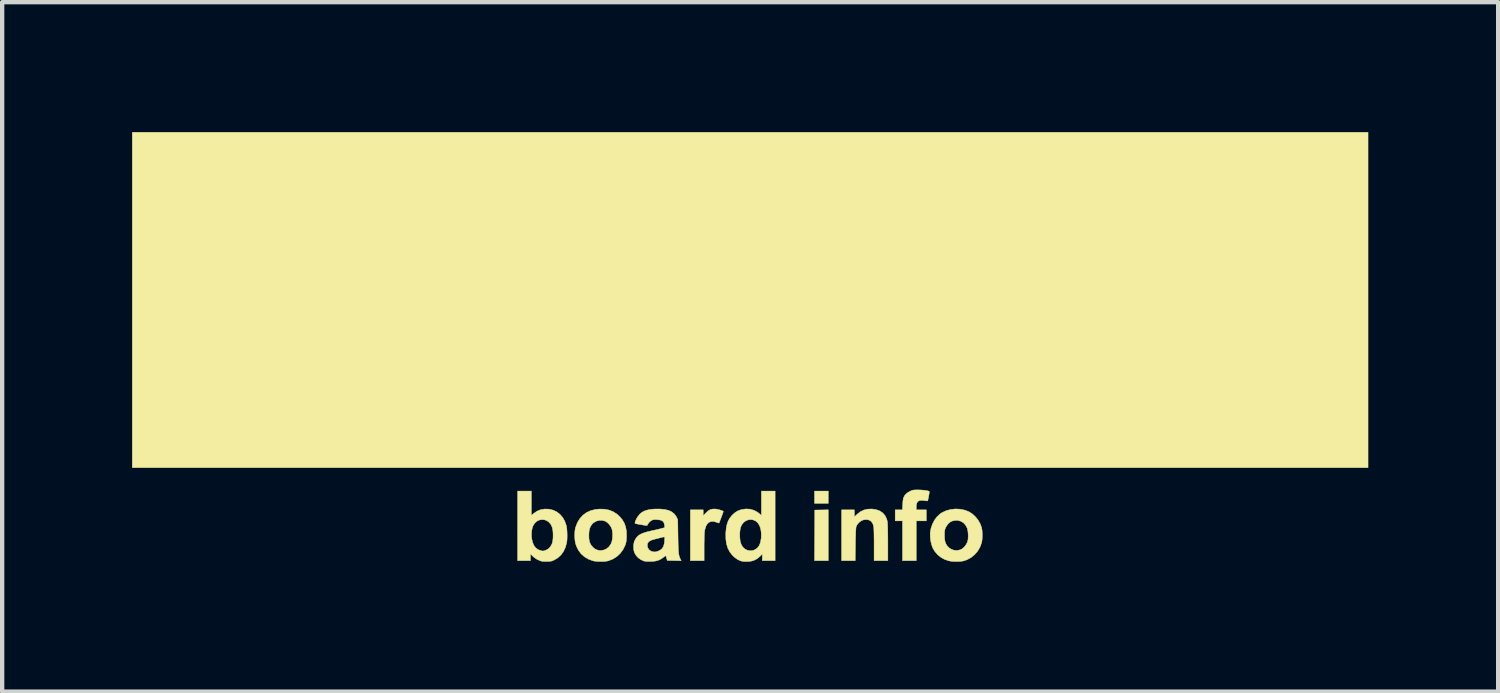
<source format=kicad_pcb>
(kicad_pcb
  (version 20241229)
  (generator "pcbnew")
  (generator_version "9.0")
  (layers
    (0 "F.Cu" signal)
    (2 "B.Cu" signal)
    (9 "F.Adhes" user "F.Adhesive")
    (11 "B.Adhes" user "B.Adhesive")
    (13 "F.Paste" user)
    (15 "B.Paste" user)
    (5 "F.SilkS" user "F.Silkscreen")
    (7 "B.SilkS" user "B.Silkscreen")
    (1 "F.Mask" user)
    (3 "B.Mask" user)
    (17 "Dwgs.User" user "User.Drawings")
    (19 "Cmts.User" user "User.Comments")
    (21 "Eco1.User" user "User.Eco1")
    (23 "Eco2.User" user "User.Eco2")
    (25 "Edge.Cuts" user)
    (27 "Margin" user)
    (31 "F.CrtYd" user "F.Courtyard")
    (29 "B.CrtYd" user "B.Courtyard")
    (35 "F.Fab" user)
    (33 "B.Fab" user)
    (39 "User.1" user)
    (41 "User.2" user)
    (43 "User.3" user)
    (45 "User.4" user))
  (footprint "board_info_block"
    (layer "F.Cu")
    (at 14.271 4.958)
    (property "Reference" "board_info_block" (at 0 0 0) (layer "F.SilkS") (effects (font (size 1.27 1.27) (thickness 0.15))))
    (attr through_hole board_only exclude_from_pos_files exclude_from_bom)
    (fp_poly (pts (xy 1.81 3.619) (xy 1.492 3.619) (xy 1.492 3.334) (xy 1.81 3.334) (xy 1.81 3.619)) (stroke (width 0.01) (type solid)) (fill yes) (layer "F.SilkS"))
    (fp_poly (pts (xy 14.277 2.794) (xy -14.266 2.794) (xy -14.266 -4.953) (xy 14.277 -4.953) (xy 14.277 2.794)) (stroke (width 0.01) (type solid)) (fill yes) (layer "F.SilkS"))
    (fp_poly (pts (xy 1.81 4.942) (xy 1.492 4.942) (xy 1.495 4.358) (xy 1.498 3.773) (xy 1.81 3.767) (xy 1.81 4.942)) (stroke (width 0.01) (type solid)) (fill yes) (layer "F.SilkS"))
    (fp_poly (pts (xy -0.796 3.749) (xy -0.763 3.753) (xy -0.724 3.762) (xy -0.684 3.773) (xy -0.649 3.785) (xy -0.624 3.796) (xy -0.614 3.805) (xy -0.614 3.805) (xy -0.617 3.817) (xy -0.627 3.844) (xy -0.64 3.881) (xy -0.656 3.925) (xy -0.673 3.97) (xy -0.689 4.011) (xy -0.702 4.045) (xy -0.71 4.066) (xy -0.713 4.071) (xy -0.725 4.071) (xy -0.75 4.063) (xy -0.772 4.055) (xy -0.837 4.035) (xy -0.895 4.036) (xy -0.945 4.055) (xy -0.986 4.093) (xy -1.018 4.149) (xy -1.04 4.222) (xy -1.048 4.265) (xy -1.05 4.297) (xy -1.053 4.346) (xy -1.055 4.409) (xy -1.056 4.482) (xy -1.058 4.562) (xy -1.058 4.643) (xy -1.058 4.942) (xy -1.376 4.942) (xy -1.376 3.768) (xy -1.079 3.768) (xy -1.079 3.906) (xy -1.021 3.843) (xy -0.971 3.796) (xy -0.924 3.766) (xy -0.873 3.751) (xy -0.814 3.748) (xy -0.796 3.749)) (stroke (width 0.01) (type solid)) (fill yes) (layer "F.SilkS"))
    (fp_poly (pts (xy 3.942 3.309) (xy 4 3.313) (xy 4.053 3.319) (xy 4.098 3.327) (xy 4.129 3.336) (xy 4.143 3.344) (xy 4.143 3.357) (xy 4.14 3.385) (xy 4.134 3.422) (xy 4.127 3.464) (xy 4.119 3.504) (xy 4.112 3.537) (xy 4.107 3.557) (xy 4.105 3.561) (xy 4.093 3.562) (xy 4.066 3.559) (xy 4.029 3.554) (xy 4.029 3.554) (xy 3.963 3.548) (xy 3.912 3.555) (xy 3.877 3.576) (xy 3.854 3.612) (xy 3.843 3.665) (xy 3.842 3.704) (xy 3.842 3.768) (xy 4.075 3.768) (xy 4.075 4.022) (xy 3.842 4.022) (xy 3.842 4.942) (xy 3.524 4.942) (xy 3.524 4.022) (xy 3.355 4.022) (xy 3.355 3.768) (xy 3.521 3.768) (xy 3.528 3.649) (xy 3.531 3.596) (xy 3.536 3.547) (xy 3.542 3.509) (xy 3.547 3.49) (xy 3.576 3.433) (xy 3.624 3.383) (xy 3.691 3.342) (xy 3.723 3.327) (xy 3.749 3.317) (xy 3.776 3.311) (xy 3.808 3.308) (xy 3.853 3.307) (xy 3.884 3.307) (xy 3.942 3.309)) (stroke (width 0.01) (type solid)) (fill yes) (layer "F.SilkS"))
    (fp_poly (pts (xy 2.825 3.749) (xy 2.92 3.764) (xy 3.001 3.794) (xy 3.068 3.839) (xy 3.12 3.899) (xy 3.157 3.973) (xy 3.174 4.037) (xy 3.177 4.065) (xy 3.18 4.113) (xy 3.182 4.178) (xy 3.184 4.26) (xy 3.185 4.355) (xy 3.186 4.464) (xy 3.186 4.521) (xy 3.186 4.942) (xy 2.868 4.942) (xy 2.868 4.573) (xy 2.868 4.484) (xy 2.867 4.399) (xy 2.866 4.322) (xy 2.864 4.254) (xy 2.862 4.201) (xy 2.859 4.163) (xy 2.857 4.147) (xy 2.837 4.084) (xy 2.803 4.036) (xy 2.757 4.005) (xy 2.7 3.992) (xy 2.636 3.997) (xy 2.605 4.005) (xy 2.555 4.031) (xy 2.508 4.071) (xy 2.471 4.119) (xy 2.455 4.155) (xy 2.45 4.179) (xy 2.447 4.221) (xy 2.443 4.281) (xy 2.441 4.362) (xy 2.438 4.463) (xy 2.437 4.569) (xy 2.432 4.942) (xy 2.117 4.942) (xy 2.117 3.768) (xy 2.413 3.768) (xy 2.413 3.929) (xy 2.475 3.871) (xy 2.55 3.812) (xy 2.629 3.773) (xy 2.714 3.752) (xy 2.81 3.748) (xy 2.825 3.749)) (stroke (width 0.01) (type solid)) (fill yes) (layer "F.SilkS"))
    (fp_poly (pts (xy 0.582 4.942) (xy 0.286 4.942) (xy 0.286 4.79) (xy 0.241 4.833) (xy 0.19 4.878) (xy 0.143 4.91) (xy 0.093 4.934) (xy 0.068 4.943) (xy 0.012 4.956) (xy -0.054 4.962) (xy -0.122 4.962) (xy -0.184 4.954) (xy -0.209 4.948) (xy -0.281 4.917) (xy -0.35 4.869) (xy -0.403 4.819) (xy -0.464 4.742) (xy -0.51 4.654) (xy -0.541 4.554) (xy -0.556 4.442) (xy -0.557 4.355) (xy -0.235 4.355) (xy -0.232 4.425) (xy -0.225 4.487) (xy -0.223 4.502) (xy -0.199 4.573) (xy -0.162 4.631) (xy -0.114 4.674) (xy -0.057 4.702) (xy 0.005 4.713) (xy 0.07 4.706) (xy 0.118 4.687) (xy 0.172 4.649) (xy 0.213 4.595) (xy 0.242 4.525) (xy 0.258 4.437) (xy 0.262 4.399) (xy 0.262 4.298) (xy 0.249 4.209) (xy 0.223 4.134) (xy 0.186 4.073) (xy 0.137 4.028) (xy 0.078 4.001) (xy 0.039 3.993) (xy -0.027 3.995) (xy -0.088 4.017) (xy -0.142 4.055) (xy -0.186 4.108) (xy -0.216 4.173) (xy -0.216 4.173) (xy -0.226 4.222) (xy -0.233 4.285) (xy -0.235 4.355) (xy -0.557 4.355) (xy -0.558 4.314) (xy -0.558 4.308) (xy -0.548 4.199) (xy -0.531 4.108) (xy -0.504 4.029) (xy -0.467 3.961) (xy -0.418 3.899) (xy -0.402 3.883) (xy -0.345 3.832) (xy -0.286 3.795) (xy -0.219 3.769) (xy -0.194 3.762) (xy -0.095 3.747) (xy -0.000112 3.752) (xy 0.09 3.777) (xy 0.174 3.821) (xy 0.225 3.861) (xy 0.265 3.897) (xy 0.265 3.334) (xy 0.582 3.334) (xy 0.582 4.942)) (stroke (width 0.01) (type solid)) (fill yes) (layer "F.SilkS"))
    (fp_poly (pts (xy -5.048 3.895) (xy -4.993 3.85) (xy -4.916 3.798) (xy -4.836 3.765) (xy -4.746 3.75) (xy -4.741 3.749) (xy -4.641 3.752) (xy -4.547 3.774) (xy -4.463 3.814) (xy -4.388 3.871) (xy -4.325 3.944) (xy -4.276 4.031) (xy -4.241 4.131) (xy -4.238 4.144) (xy -4.23 4.194) (xy -4.225 4.258) (xy -4.222 4.33) (xy -4.222 4.403) (xy -4.225 4.469) (xy -4.232 4.522) (xy -4.232 4.526) (xy -4.263 4.637) (xy -4.308 4.733) (xy -4.369 4.815) (xy -4.444 4.881) (xy -4.519 4.925) (xy -4.556 4.942) (xy -4.587 4.952) (xy -4.622 4.957) (xy -4.668 4.96) (xy -4.688 4.961) (xy -4.748 4.96) (xy -4.798 4.956) (xy -4.831 4.949) (xy -4.919 4.911) (xy -4.995 4.858) (xy -5.018 4.836) (xy -5.069 4.785) (xy -5.069 4.942) (xy -5.366 4.942) (xy -5.366 4.328) (xy -5.046 4.328) (xy -5.043 4.405) (xy -5.04 4.428) (xy -5.021 4.518) (xy -4.989 4.592) (xy -4.945 4.649) (xy -4.889 4.689) (xy -4.826 4.71) (xy -4.8 4.716) (xy -4.784 4.719) (xy -4.783 4.719) (xy -4.77 4.717) (xy -4.744 4.71) (xy -4.723 4.704) (xy -4.668 4.677) (xy -4.62 4.634) (xy -4.583 4.577) (xy -4.564 4.531) (xy -4.553 4.478) (xy -4.547 4.412) (xy -4.546 4.341) (xy -4.549 4.27) (xy -4.558 4.208) (xy -4.565 4.177) (xy -4.594 4.11) (xy -4.636 4.058) (xy -4.686 4.02) (xy -4.743 3.998) (xy -4.802 3.992) (xy -4.861 4.002) (xy -4.917 4.028) (xy -4.967 4.071) (xy -5.007 4.131) (xy -5.027 4.185) (xy -5.04 4.252) (xy -5.046 4.328) (xy -5.366 4.328) (xy -5.366 3.334) (xy -5.048 3.334) (xy -5.048 3.895)) (stroke (width 0.01) (type solid)) (fill yes) (layer "F.SilkS"))
    (fp_poly (pts (xy 4.861 3.753) (xy 4.969 3.776) (xy 5.061 3.813) (xy 5.137 3.862) (xy 5.208 3.927) (xy 5.27 4.005) (xy 5.319 4.09) (xy 5.35 4.176) (xy 5.361 4.234) (xy 5.367 4.306) (xy 5.367 4.382) (xy 5.363 4.456) (xy 5.353 4.518) (xy 5.35 4.53) (xy 5.314 4.629) (xy 5.26 4.721) (xy 5.191 4.801) (xy 5.109 4.868) (xy 5.017 4.919) (xy 4.936 4.947) (xy 4.876 4.957) (xy 4.804 4.962) (xy 4.727 4.962) (xy 4.655 4.956) (xy 4.594 4.945) (xy 4.586 4.943) (xy 4.494 4.911) (xy 4.416 4.868) (xy 4.345 4.812) (xy 4.328 4.795) (xy 4.272 4.73) (xy 4.229 4.66) (xy 4.198 4.581) (xy 4.176 4.488) (xy 4.165 4.397) (xy 4.165 4.355) (xy 4.494 4.355) (xy 4.496 4.429) (xy 4.504 4.487) (xy 4.519 4.535) (xy 4.54 4.578) (xy 4.551 4.594) (xy 4.6 4.646) (xy 4.66 4.683) (xy 4.725 4.703) (xy 4.793 4.706) (xy 4.86 4.69) (xy 4.898 4.671) (xy 4.946 4.632) (xy 4.988 4.579) (xy 5.02 4.52) (xy 5.029 4.494) (xy 5.039 4.443) (xy 5.042 4.38) (xy 5.04 4.313) (xy 5.033 4.249) (xy 5.021 4.197) (xy 5.018 4.19) (xy 4.981 4.12) (xy 4.932 4.067) (xy 4.871 4.03) (xy 4.801 4.012) (xy 4.767 4.01) (xy 4.694 4.019) (xy 4.631 4.045) (xy 4.578 4.09) (xy 4.533 4.154) (xy 4.517 4.186) (xy 4.506 4.214) (xy 4.499 4.241) (xy 4.495 4.275) (xy 4.494 4.321) (xy 4.494 4.355) (xy 4.165 4.355) (xy 4.165 4.296) (xy 4.182 4.196) (xy 4.215 4.099) (xy 4.261 4.008) (xy 4.32 3.929) (xy 4.389 3.864) (xy 4.433 3.834) (xy 4.531 3.788) (xy 4.638 3.759) (xy 4.749 3.747) (xy 4.861 3.753)) (stroke (width 0.01) (type solid)) (fill yes) (layer "F.SilkS"))
    (fp_poly (pts (xy -3.364 3.752) (xy -3.258 3.772) (xy -3.162 3.809) (xy -3.075 3.864) (xy -3.016 3.916) (xy -2.95 3.993) (xy -2.902 4.074) (xy -2.87 4.163) (xy -2.852 4.262) (xy -2.849 4.374) (xy -2.849 4.386) (xy -2.853 4.448) (xy -2.857 4.494) (xy -2.865 4.533) (xy -2.876 4.569) (xy -2.882 4.587) (xy -2.932 4.687) (xy -2.996 4.774) (xy -3.075 4.847) (xy -3.165 4.904) (xy -3.265 4.943) (xy -3.278 4.947) (xy -3.331 4.956) (xy -3.398 4.962) (xy -3.469 4.962) (xy -3.539 4.959) (xy -3.598 4.951) (xy -3.619 4.947) (xy -3.726 4.908) (xy -3.819 4.854) (xy -3.898 4.785) (xy -3.961 4.702) (xy -4.008 4.605) (xy -4.029 4.54) (xy -4.04 4.479) (xy -4.046 4.408) (xy -4.047 4.355) (xy -3.72 4.355) (xy -3.718 4.429) (xy -3.71 4.486) (xy -3.695 4.534) (xy -3.672 4.576) (xy -3.659 4.594) (xy -3.617 4.641) (xy -3.575 4.673) (xy -3.529 4.694) (xy -3.479 4.706) (xy -3.431 4.707) (xy -3.374 4.695) (xy -3.366 4.693) (xy -3.306 4.664) (xy -3.253 4.618) (xy -3.212 4.558) (xy -3.196 4.523) (xy -3.18 4.463) (xy -3.172 4.392) (xy -3.172 4.317) (xy -3.179 4.247) (xy -3.19 4.205) (xy -3.214 4.153) (xy -3.251 4.103) (xy -3.294 4.06) (xy -3.339 4.031) (xy -3.347 4.027) (xy -3.416 4.01) (xy -3.487 4.012) (xy -3.554 4.031) (xy -3.614 4.068) (xy -3.646 4.098) (xy -3.679 4.146) (xy -3.702 4.2) (xy -3.715 4.264) (xy -3.72 4.343) (xy -3.72 4.355) (xy -4.047 4.355) (xy -4.047 4.332) (xy -4.043 4.26) (xy -4.034 4.198) (xy -4.028 4.175) (xy -3.986 4.065) (xy -3.929 3.971) (xy -3.859 3.893) (xy -3.776 3.831) (xy -3.679 3.787) (xy -3.571 3.759) (xy -3.482 3.75) (xy -3.364 3.752)) (stroke (width 0.01) (type solid)) (fill yes) (layer "F.SilkS"))
    (fp_poly (pts (xy -1.964 3.76) (xy -1.875 3.782) (xy -1.802 3.817) (xy -1.745 3.863) (xy -1.703 3.921) (xy -1.695 3.936) (xy -1.667 3.995) (xy -1.661 4.381) (xy -1.659 4.49) (xy -1.657 4.579) (xy -1.654 4.653) (xy -1.651 4.712) (xy -1.647 4.76) (xy -1.642 4.798) (xy -1.635 4.83) (xy -1.627 4.858) (xy -1.617 4.883) (xy -1.604 4.909) (xy -1.602 4.914) (xy -1.587 4.943) (xy -1.748 4.94) (xy -1.91 4.937) (xy -1.924 4.884) (xy -1.933 4.854) (xy -1.94 4.833) (xy -1.942 4.828) (xy -1.951 4.832) (xy -1.973 4.846) (xy -2.001 4.867) (xy -2.002 4.868) (xy -2.058 4.906) (xy -2.113 4.932) (xy -2.173 4.949) (xy -2.244 4.958) (xy -2.291 4.96) (xy -2.368 4.96) (xy -2.425 4.955) (xy -2.452 4.949) (xy -2.521 4.917) (xy -2.583 4.872) (xy -2.633 4.816) (xy -2.667 4.755) (xy -2.671 4.744) (xy -2.684 4.69) (xy -2.688 4.627) (xy -2.686 4.588) (xy -2.371 4.588) (xy -2.361 4.64) (xy -2.335 4.684) (xy -2.296 4.716) (xy -2.247 4.736) (xy -2.191 4.74) (xy -2.137 4.729) (xy -2.076 4.701) (xy -2.03 4.665) (xy -1.999 4.617) (xy -1.98 4.555) (xy -1.972 4.487) (xy -1.969 4.438) (xy -1.971 4.405) (xy -1.975 4.392) (xy -1.976 4.392) (xy -1.995 4.395) (xy -2.029 4.402) (xy -2.073 4.413) (xy -2.124 4.426) (xy -2.175 4.439) (xy -2.223 4.452) (xy -2.262 4.464) (xy -2.287 4.472) (xy -2.289 4.474) (xy -2.335 4.502) (xy -2.362 4.538) (xy -2.371 4.585) (xy -2.371 4.588) (xy -2.686 4.588) (xy -2.685 4.564) (xy -2.674 4.509) (xy -2.666 4.488) (xy -2.639 4.436) (xy -2.607 4.393) (xy -2.568 4.357) (xy -2.518 4.327) (xy -2.456 4.301) (xy -2.378 4.277) (xy -2.283 4.254) (xy -2.26 4.249) (xy -2.2 4.236) (xy -2.138 4.222) (xy -2.082 4.208) (xy -2.049 4.2) (xy -1.966 4.177) (xy -1.972 4.126) (xy -1.982 4.077) (xy -2.001 4.041) (xy -2.032 4.017) (xy -2.077 4.002) (xy -2.14 3.994) (xy -2.148 3.993) (xy -2.193 3.992) (xy -2.225 3.994) (xy -2.252 4.002) (xy -2.275 4.013) (xy -2.321 4.047) (xy -2.358 4.097) (xy -2.373 4.129) (xy -2.384 4.13) (xy -2.41 4.127) (xy -2.448 4.122) (xy -2.493 4.114) (xy -2.54 4.106) (xy -2.584 4.098) (xy -2.621 4.09) (xy -2.646 4.084) (xy -2.654 4.08) (xy -2.655 4.066) (xy -2.648 4.038) (xy -2.633 4.001) (xy -2.612 3.961) (xy -2.589 3.924) (xy -2.544 3.867) (xy -2.49 3.822) (xy -2.426 3.789) (xy -2.348 3.767) (xy -2.254 3.753) (xy -2.193 3.749) (xy -2.07 3.749) (xy -1.964 3.76)) (stroke (width 0.01) (type solid)) (fill yes) (layer "F.SilkS")))
  (gr_rect
    (start -3 -3)
    (end 31.553 12.925)
    (stroke (width 0.1) (type default))
    (fill no)
    (layer "Edge.Cuts")))
</source>
